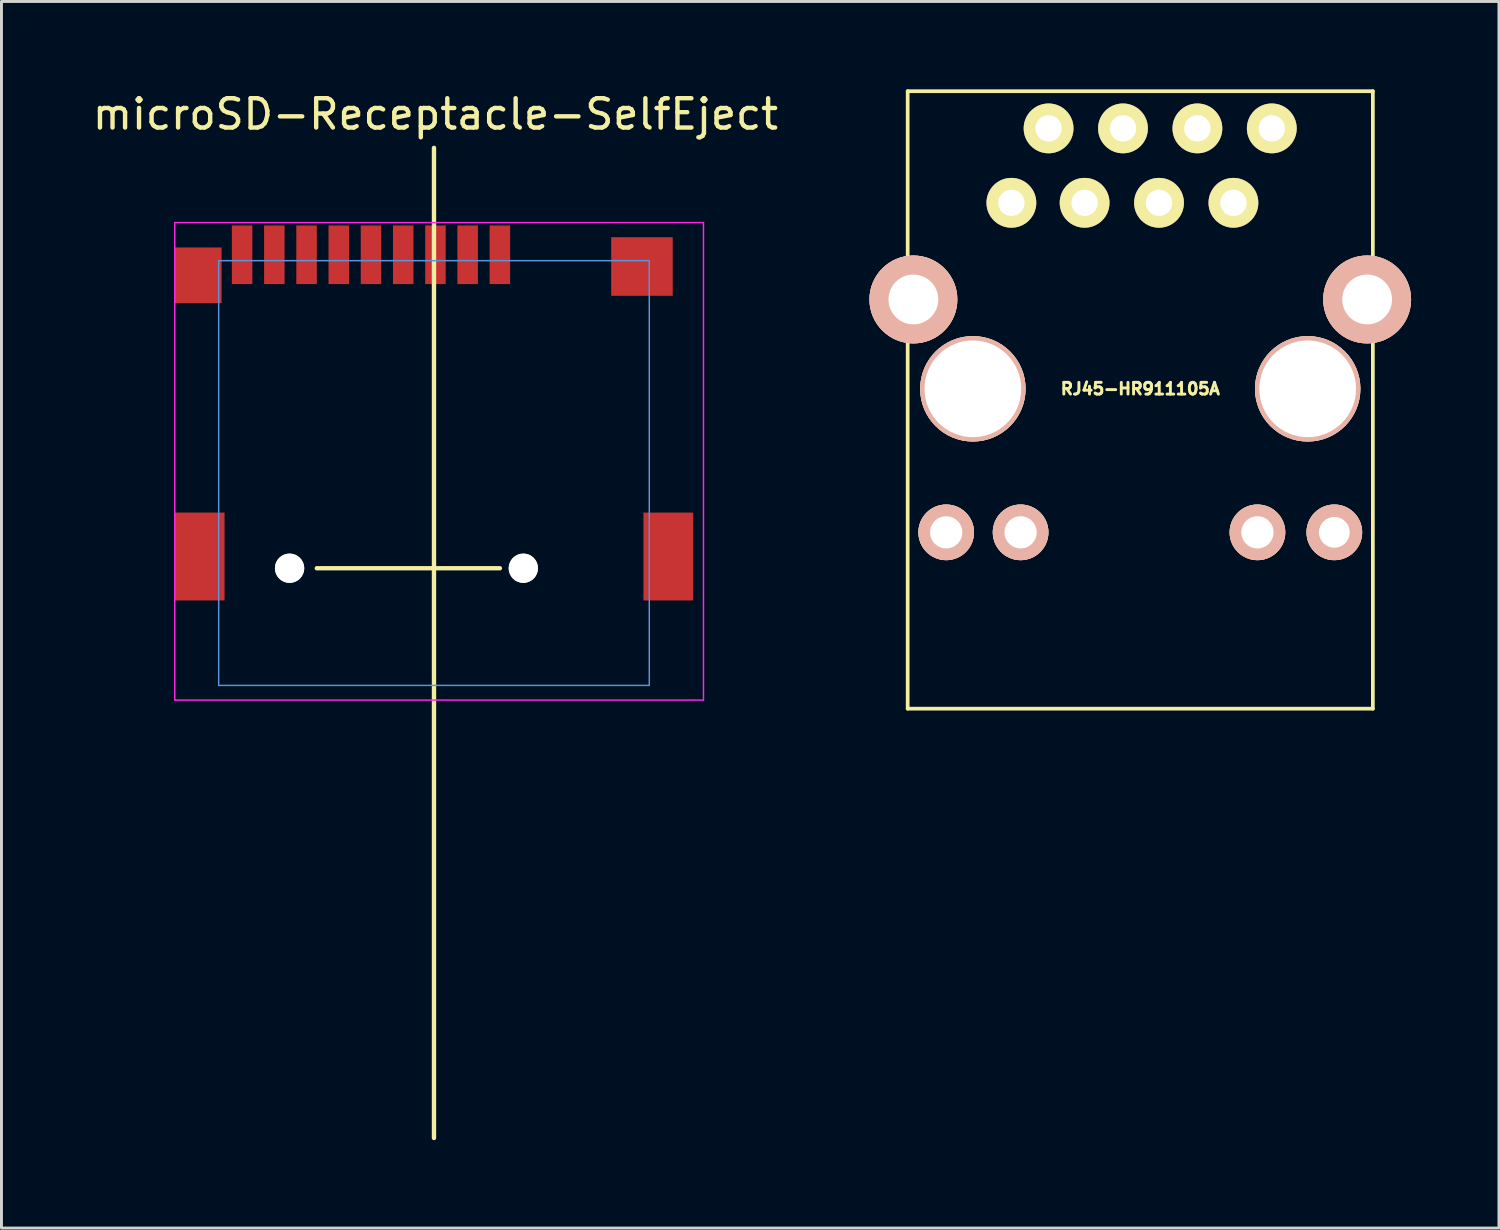
<source format=kicad_pcb>
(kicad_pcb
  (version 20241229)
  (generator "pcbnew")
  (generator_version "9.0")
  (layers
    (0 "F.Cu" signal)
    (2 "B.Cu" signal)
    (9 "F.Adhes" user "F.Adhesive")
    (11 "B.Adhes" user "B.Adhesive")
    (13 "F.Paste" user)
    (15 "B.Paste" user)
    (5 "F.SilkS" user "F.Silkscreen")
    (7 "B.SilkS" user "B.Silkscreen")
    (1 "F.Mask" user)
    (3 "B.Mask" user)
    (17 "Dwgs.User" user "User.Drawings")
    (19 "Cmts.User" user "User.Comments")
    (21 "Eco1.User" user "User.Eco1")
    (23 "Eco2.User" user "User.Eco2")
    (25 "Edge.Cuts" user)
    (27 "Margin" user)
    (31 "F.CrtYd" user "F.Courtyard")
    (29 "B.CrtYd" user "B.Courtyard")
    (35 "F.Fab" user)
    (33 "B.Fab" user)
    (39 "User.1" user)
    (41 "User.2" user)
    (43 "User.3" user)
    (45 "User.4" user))
  (footprint "RJ45-HR911105A"
    (layer "F.Cu")
    (at 35.876 10.223)
    (property "Reference" "RJ45-HR911105A" (at 0 0 0) (layer "F.SilkS") (effects (font (size 0.4 0.4) (thickness 0.1))))
    (attr through_hole)
    (fp_line (start -7.94 -10.16) (end -7.94 10.92) (stroke (width 0.127) (type solid)) (layer "F.SilkS"))
    (fp_line (start -7.94 10.92) (end 7.94 10.92) (stroke (width 0.127) (type solid)) (layer "F.SilkS"))
    (fp_line (start 7.94 -10.16) (end -7.94 -10.16) (stroke (width 0.127) (type solid)) (layer "F.SilkS"))
    (fp_line (start 7.94 10.92) (end 7.94 -10.16) (stroke (width 0.127) (type solid)) (layer "F.SilkS"))
    (pad "1" thru_hole circle (at -4.4 -6.35) (size 1.7 1.7) (drill 0.9) (layers "*.Cu" "*.Mask" "F.SilkS"))
    (pad "2" thru_hole circle (at -3.13 -8.89) (size 1.7 1.7) (drill 0.9) (layers "*.Cu" "*.Mask" "F.SilkS"))
    (pad "3" thru_hole circle (at -1.9 -6.35) (size 1.7 1.7) (drill 0.9) (layers "*.Cu" "*.Mask" "F.SilkS"))
    (pad "4" thru_hole circle (at -0.59 -8.89) (size 1.7 1.7) (drill 0.9) (layers "*.Cu" "*.Mask" "F.SilkS"))
    (pad "5" thru_hole circle (at 0.64 -6.35) (size 1.7 1.7) (drill 0.9) (layers "*.Cu" "*.Mask" "F.SilkS"))
    (pad "6" thru_hole circle (at 1.95 -8.89) (size 1.7 1.7) (drill 0.9) (layers "*.Cu" "*.Mask" "F.SilkS"))
    (pad "7" thru_hole circle (at 3.18 -6.35) (size 1.7 1.7) (drill 0.9) (layers "*.Cu" "*.Mask" "F.SilkS"))
    (pad "8" thru_hole circle (at 4.49 -8.89) (size 1.7 1.7) (drill 0.9) (layers "*.Cu" "*.Mask" "F.SilkS"))
    (pad "9" thru_hole circle (at -6.625 4.9) (size 1.9 1.9) (drill 1.1) (layers "*.Cu" "*.SilkS" "*.Mask"))
    (pad "10" thru_hole circle (at -4.085 4.9) (size 1.9 1.9) (drill 1.1) (layers "*.Cu" "*.SilkS" "*.Mask"))
    (pad "11" thru_hole circle (at 4 4.9) (size 1.9 1.9) (drill 1.1) (layers "*.Cu" "*.SilkS" "*.Mask"))
    (pad "12" thru_hole circle (at 6.625 4.9) (size 1.9 1.9) (drill 1.05) (layers "*.Cu" "*.SilkS" "*.Mask"))
    (pad "Hole" thru_hole circle (at -7.745 -3.05) (size 3 3) (drill 1.7) (layers "*.Cu" "*.SilkS" "*.Mask"))
    (pad "Hole" thru_hole circle (at -5.715 0) (size 3.599 3.599) (drill 3.3) (layers "*.Cu" "*.SilkS" "*.Mask"))
    (pad "Hole" thru_hole circle (at 5.715 0) (size 3.599 3.599) (drill 3.3) (layers "*.Cu" "*.SilkS" "*.Mask"))
    (pad "Hole" thru_hole circle (at 7.745 -3.05) (size 3 3) (drill 1.7) (layers "*.Cu" "*.SilkS" "*.Mask")))
  (footprint "microSD-Receptacle-SelfEject"
    (layer "F.Cu")
    (at 11.765 5.848)
    (property "Reference" "microSD-Receptacle-SelfEject" (at 0.05 -5 0) (layer "F.SilkS") (effects (font (size 1 1) (thickness 0.15))))
    (attr through_hole)
    (fp_line (start 0 -3.85) (end 0 29.95) (stroke (width 0.15) (type solid)) (layer "F.SilkS"))
    (fp_line (start 2.25 10.5) (end -4 10.5) (stroke (width 0.15) (type solid)) (layer "F.SilkS"))
    (fp_line (start -7.35 0) (end -7.35 14.5) (stroke (width 0.05) (type solid)) (layer "Cmts.User"))
    (fp_line (start -7.35 14.5) (end 7.35 14.5) (stroke (width 0.05) (type solid)) (layer "Cmts.User"))
    (fp_line (start 7.35 0) (end -7.35 0) (stroke (width 0.05) (type solid)) (layer "Cmts.User"))
    (fp_line (start 7.35 14.5) (end 7.35 0) (stroke (width 0.05) (type solid)) (layer "Cmts.User"))
    (fp_line (start -8.85 -1.3) (end -8.85 15) (stroke (width 0.05) (type solid)) (layer "F.CrtYd"))
    (fp_line (start -8.85 15) (end 9.2 15) (stroke (width 0.05) (type solid)) (layer "F.CrtYd"))
    (fp_line (start 9.2 -1.3) (end -8.85 -1.3) (stroke (width 0.05) (type solid)) (layer "F.CrtYd"))
    (fp_line (start 9.2 15) (end 9.2 -1.3) (stroke (width 0.05) (type solid)) (layer "F.CrtYd"))
    (pad "" np_thru_hole circle (at -4.93 10.5 180) (size 1 1) (drill 1) (layers "*.Cu" "*.Mask" "F.SilkS"))
    (pad "" np_thru_hole circle (at 3.05 10.5 180) (size 1 1) (drill 1) (layers "*.Cu" "*.Mask" "F.SilkS"))
    (pad "1" smd rect (at 2.25 -0.2 180) (size 0.7 2) (layers "F.Cu" "F.Mask" "F.Paste"))
    (pad "2" smd rect (at 1.15 -0.2 180) (size 0.7 2) (layers "F.Cu" "F.Mask" "F.Paste"))
    (pad "3" smd rect (at 0.05 -0.2 180) (size 0.7 2) (layers "F.Cu" "F.Mask" "F.Paste"))
    (pad "4" smd rect (at -1.05 -0.2 180) (size 0.7 2) (layers "F.Cu" "F.Mask" "F.Paste"))
    (pad "5" smd rect (at -2.15 -0.2 180) (size 0.7 2) (layers "F.Cu" "F.Mask" "F.Paste"))
    (pad "6" smd rect (at -3.25 -0.2 180) (size 0.7 2) (layers "F.Cu" "F.Mask" "F.Paste"))
    (pad "7" smd rect (at -4.35 -0.2 180) (size 0.7 2) (layers "F.Cu" "F.Mask" "F.Paste"))
    (pad "8" smd rect (at -5.45 -0.2 180) (size 0.7 2) (layers "F.Cu" "F.Mask" "F.Paste"))
    (pad "9" smd rect (at -6.55 -0.2 180) (size 0.7 2) (layers "F.Cu" "F.Mask" "F.Paste"))
    (pad "11" smd rect (at -8.05 0.5 180) (size 1.6 1.9) (layers "F.Cu" "F.Mask" "F.Paste"))
    (pad "11" smd rect (at -8 10.1 180) (size 1.7 3) (layers "F.Cu" "F.Mask" "F.Paste"))
    (pad "11" smd rect (at 7.1 0.2 180) (size 2.1 2) (layers "F.Cu" "F.Mask" "F.Paste"))
    (pad "11" smd rect (at 8 10.1 180) (size 1.7 3) (layers "F.Cu" "F.Mask" "F.Paste")))
  (gr_rect
    (start -3 -3)
    (end 48.121 38.873)
    (stroke (width 0.1) (type default))
    (fill no)
    (layer "Edge.Cuts")))
</source>
